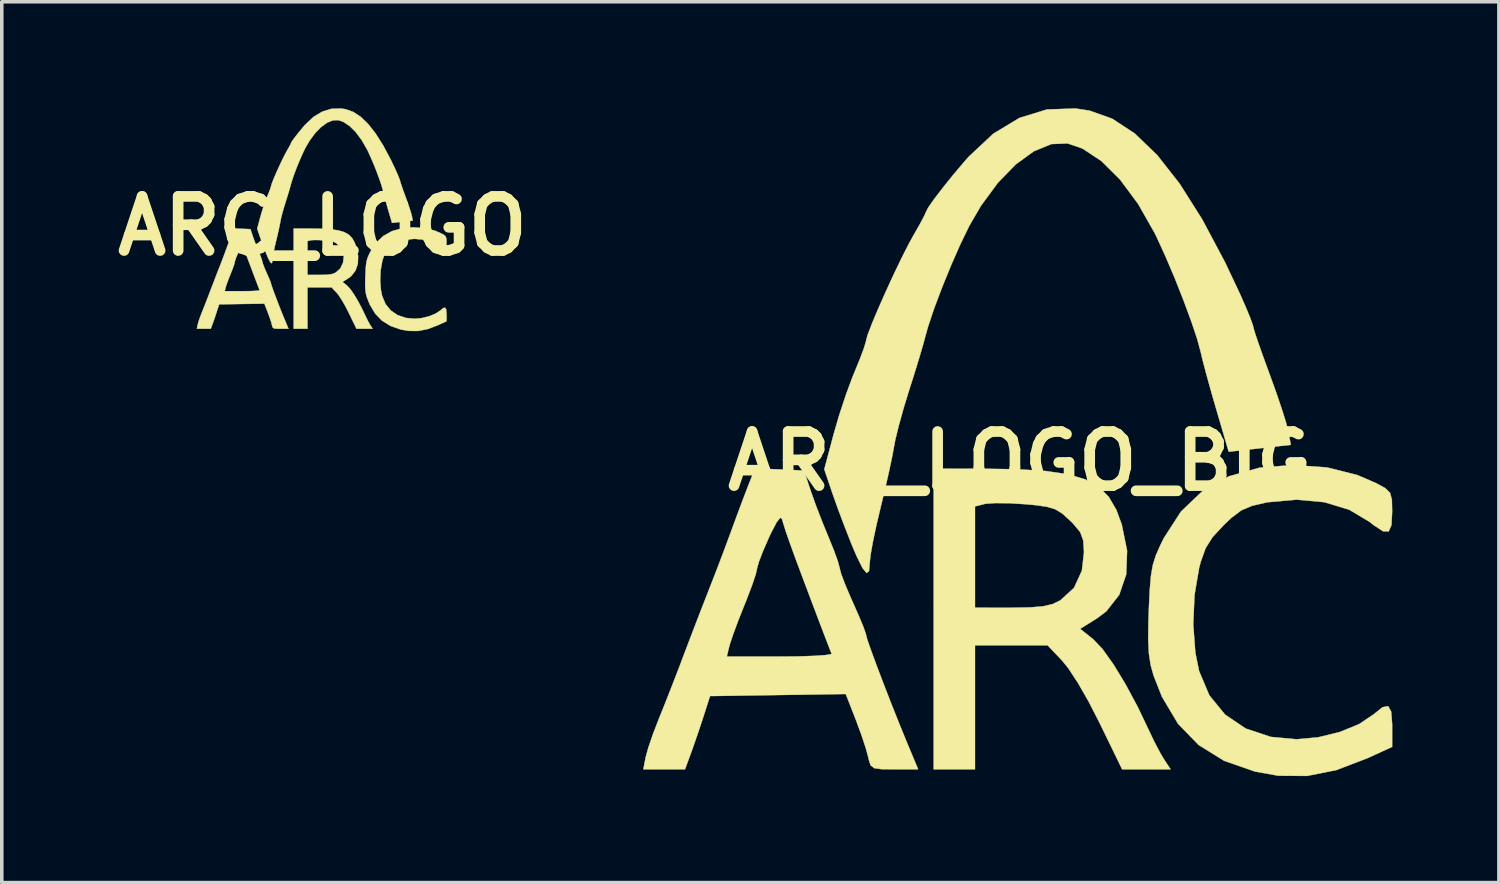
<source format=kicad_pcb>
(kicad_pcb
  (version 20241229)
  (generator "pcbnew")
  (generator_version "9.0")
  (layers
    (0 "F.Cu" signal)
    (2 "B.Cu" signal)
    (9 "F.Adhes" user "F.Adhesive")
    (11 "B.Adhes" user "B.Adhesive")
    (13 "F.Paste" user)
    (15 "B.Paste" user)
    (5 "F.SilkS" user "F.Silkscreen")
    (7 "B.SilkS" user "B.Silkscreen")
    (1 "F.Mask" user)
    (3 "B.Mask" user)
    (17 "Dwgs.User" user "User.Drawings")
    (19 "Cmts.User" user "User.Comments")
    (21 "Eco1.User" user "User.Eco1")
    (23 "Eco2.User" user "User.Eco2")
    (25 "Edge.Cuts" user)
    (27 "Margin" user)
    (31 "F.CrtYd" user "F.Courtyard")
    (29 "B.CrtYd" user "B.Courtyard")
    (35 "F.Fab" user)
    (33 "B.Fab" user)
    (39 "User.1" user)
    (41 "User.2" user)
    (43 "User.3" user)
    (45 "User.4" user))
  (footprint "ARC_LOGO"
    (layer "F.Cu")
    (at 6.031 3.315)
    (property "Reference" "ARC_LOGO" (at 0 0 0) (layer "F.SilkS") (effects (font (size 1.524 1.524) (thickness 0.3))))
    (attr through_hole)
    (fp_poly (pts (xy -0.344 0.071) (xy -0.019 0.076) (xy 0.245 0.093) (xy 0.453 0.124) (xy 0.616 0.173) (xy 0.74 0.242) (xy 0.833 0.336) (xy 0.903 0.457) (xy 0.954 0.593) (xy 1.004 0.841) (xy 0.996 1.063) (xy 0.93 1.255) (xy 0.809 1.41) (xy 0.722 1.475) (xy 0.563 1.574) (xy 0.687 1.672) (xy 0.773 1.763) (xy 0.877 1.908) (xy 0.99 2.094) (xy 1.105 2.309) (xy 1.199 2.507) (xy 1.259 2.631) (xy 1.318 2.743) (xy 1.35 2.798) (xy 1.413 2.893) (xy 0.958 2.893) (xy 0.745 2.455) (xy 0.644 2.257) (xy 0.543 2.082) (xy 0.453 1.944) (xy 0.395 1.873) (xy 0.258 1.729) (xy -0.423 1.729) (xy -0.423 2.893) (xy -0.811 2.893) (xy -0.811 0.425) (xy -0.423 0.425) (xy -0.423 1.376) (xy -0.079 1.376) (xy 0.095 1.373) (xy 0.217 1.362) (xy 0.304 1.342) (xy 0.374 1.309) (xy 0.378 1.307) (xy 0.506 1.189) (xy 0.58 1.028) (xy 0.6 0.856) (xy 0.593 0.745) (xy 0.564 0.666) (xy 0.498 0.586) (xy 0.467 0.557) (xy 0.396 0.492) (xy 0.331 0.452) (xy 0.25 0.428) (xy 0.132 0.412) (xy 0.046 0.404) (xy -0.101 0.395) (xy -0.232 0.394) (xy -0.321 0.4) (xy -0.333 0.402) (xy -0.423 0.425) (xy -0.811 0.425) (xy -0.811 0.071) (xy -0.344 0.071)) (stroke (width 0.01) (type solid)) (fill yes) (layer "F.SilkS"))
    (fp_poly (pts (xy 2.881 0.059) (xy 3.165 0.13) (xy 3.343 0.207) (xy 3.428 0.254) (xy 3.473 0.298) (xy 3.49 0.363) (xy 3.493 0.474) (xy 3.493 0.477) (xy 3.486 0.601) (xy 3.46 0.66) (xy 3.407 0.658) (xy 3.317 0.599) (xy 3.28 0.57) (xy 3.089 0.456) (xy 2.856 0.385) (xy 2.595 0.361) (xy 2.322 0.386) (xy 2.313 0.388) (xy 2.177 0.419) (xy 2.077 0.461) (xy 1.984 0.531) (xy 1.911 0.601) (xy 1.807 0.713) (xy 1.742 0.816) (xy 1.696 0.945) (xy 1.681 1.001) (xy 1.637 1.256) (xy 1.625 1.53) (xy 1.645 1.795) (xy 1.68 1.97) (xy 1.776 2.198) (xy 1.924 2.379) (xy 2.118 2.51) (xy 2.354 2.588) (xy 2.593 2.611) (xy 2.796 2.592) (xy 3.001 2.542) (xy 3.182 2.468) (xy 3.317 2.378) (xy 3.318 2.377) (xy 3.402 2.31) (xy 3.455 2.3) (xy 3.483 2.351) (xy 3.492 2.468) (xy 3.493 2.487) (xy 3.493 2.682) (xy 3.262 2.787) (xy 2.968 2.9) (xy 2.694 2.955) (xy 2.425 2.953) (xy 2.205 2.914) (xy 1.915 2.813) (xy 1.675 2.664) (xy 1.482 2.464) (xy 1.331 2.21) (xy 1.253 2.013) (xy 1.225 1.913) (xy 1.209 1.806) (xy 1.202 1.673) (xy 1.205 1.496) (xy 1.208 1.398) (xy 1.217 1.213) (xy 1.228 1.078) (xy 1.246 0.975) (xy 1.274 0.885) (xy 1.317 0.787) (xy 1.349 0.723) (xy 1.509 0.474) (xy 1.713 0.28) (xy 1.959 0.143) (xy 2.247 0.061) (xy 2.558 0.036) (xy 2.881 0.059)) (stroke (width 0.01) (type solid)) (fill yes) (layer "F.SilkS"))
    (fp_poly (pts (xy -2.028 0.088) (xy -1.965 0.279) (xy -1.918 0.413) (xy -1.855 0.574) (xy -1.798 0.715) (xy -1.747 0.839) (xy -1.71 0.942) (xy -1.694 1.003) (xy -1.693 1.007) (xy -1.679 1.059) (xy -1.642 1.157) (xy -1.589 1.282) (xy -1.57 1.325) (xy -1.513 1.453) (xy -1.47 1.557) (xy -1.448 1.621) (xy -1.446 1.63) (xy -1.434 1.675) (xy -1.4 1.774) (xy -1.349 1.912) (xy -1.286 2.077) (xy -1.217 2.257) (xy -1.145 2.438) (xy -1.076 2.608) (xy -1.056 2.655) (xy -0.957 2.893) (xy -1.179 2.893) (xy -1.301 2.891) (xy -1.369 2.882) (xy -1.403 2.856) (xy -1.42 2.805) (xy -1.424 2.783) (xy -1.448 2.694) (xy -1.49 2.568) (xy -1.541 2.431) (xy -1.541 2.429) (xy -1.637 2.186) (xy -2.273 2.195) (xy -2.91 2.205) (xy -2.973 2.399) (xy -3.019 2.54) (xy -3.068 2.682) (xy -3.09 2.743) (xy -3.146 2.893) (xy -3.537 2.893) (xy -3.514 2.778) (xy -3.489 2.688) (xy -3.446 2.56) (xy -3.392 2.422) (xy -3.39 2.417) (xy -3.33 2.268) (xy -3.259 2.085) (xy -3.187 1.899) (xy -3.163 1.834) (xy -2.753 1.834) (xy -2.256 1.834) (xy -2.079 1.833) (xy -1.931 1.828) (xy -1.825 1.82) (xy -1.773 1.811) (xy -1.77 1.807) (xy -1.789 1.759) (xy -1.828 1.656) (xy -1.885 1.509) (xy -1.953 1.328) (xy -2.029 1.125) (xy -2.101 0.935) (xy -2.154 0.789) (xy -2.198 0.662) (xy -2.227 0.572) (xy -2.233 0.547) (xy -2.25 0.53) (xy -2.284 0.571) (xy -2.338 0.675) (xy -2.358 0.718) (xy -2.412 0.841) (xy -2.452 0.944) (xy -2.469 1.007) (xy -2.469 1.011) (xy -2.482 1.065) (xy -2.516 1.166) (xy -2.566 1.296) (xy -2.588 1.351) (xy -2.645 1.495) (xy -2.693 1.624) (xy -2.724 1.718) (xy -2.73 1.737) (xy -2.753 1.834) (xy -3.163 1.834) (xy -3.092 1.649) (xy -3.015 1.449) (xy -2.945 1.267) (xy -2.925 1.217) (xy -2.856 1.041) (xy -2.782 0.847) (xy -2.719 0.676) (xy -2.717 0.67) (xy -2.66 0.516) (xy -2.603 0.362) (xy -2.556 0.24) (xy -2.555 0.237) (xy -2.488 0.068) (xy -2.028 0.088)) (stroke (width 0.01) (type solid)) (fill yes) (layer "F.SilkS"))
    (fp_poly (pts (xy 0.652 -3.29) (xy 0.865 -3.214) (xy 1.076 -3.076) (xy 1.287 -2.873) (xy 1.497 -2.605) (xy 1.709 -2.27) (xy 1.924 -1.867) (xy 2.062 -1.575) (xy 2.119 -1.446) (xy 2.162 -1.34) (xy 2.185 -1.275) (xy 2.187 -1.265) (xy 2.199 -1.221) (xy 2.231 -1.125) (xy 2.278 -0.99) (xy 2.336 -0.831) (xy 2.341 -0.819) (xy 2.403 -0.647) (xy 2.457 -0.488) (xy 2.497 -0.359) (xy 2.518 -0.279) (xy 2.541 -0.153) (xy 2.249 -0.121) (xy 1.958 -0.088) (xy 1.839 -0.494) (xy 1.79 -0.666) (xy 1.746 -0.825) (xy 1.712 -0.952) (xy 1.696 -1.023) (xy 1.663 -1.144) (xy 1.607 -1.312) (xy 1.534 -1.508) (xy 1.452 -1.717) (xy 1.365 -1.921) (xy 1.283 -2.101) (xy 1.264 -2.14) (xy 1.108 -2.414) (xy 0.939 -2.642) (xy 0.763 -2.817) (xy 0.585 -2.935) (xy 0.446 -2.982) (xy 0.294 -2.976) (xy 0.129 -2.909) (xy -0.04 -2.786) (xy -0.208 -2.613) (xy -0.367 -2.398) (xy -0.476 -2.211) (xy -0.557 -2.044) (xy -0.645 -1.845) (xy -0.731 -1.634) (xy -0.807 -1.432) (xy -0.865 -1.26) (xy -0.887 -1.182) (xy -0.912 -1.089) (xy -0.953 -0.95) (xy -1.003 -0.787) (xy -1.04 -0.67) (xy -1.092 -0.5) (xy -1.138 -0.337) (xy -1.171 -0.204) (xy -1.183 -0.141) (xy -1.201 -0.043) (xy -1.232 0.103) (xy -1.271 0.276) (xy -1.308 0.43) (xy -1.349 0.602) (xy -1.382 0.759) (xy -1.404 0.882) (xy -1.411 0.95) (xy -1.418 1.032) (xy -1.441 1.05) (xy -1.48 1.003) (xy -1.536 0.889) (xy -1.58 0.785) (xy -1.645 0.621) (xy -1.71 0.447) (xy -1.762 0.301) (xy -1.764 0.294) (xy -1.838 0.076) (xy -1.75 -0.253) (xy -1.697 -0.436) (xy -1.633 -0.629) (xy -1.57 -0.798) (xy -1.554 -0.836) (xy -1.503 -0.961) (xy -1.465 -1.063) (xy -1.447 -1.124) (xy -1.446 -1.129) (xy -1.432 -1.184) (xy -1.392 -1.287) (xy -1.334 -1.425) (xy -1.264 -1.584) (xy -1.189 -1.748) (xy -1.114 -1.904) (xy -1.046 -2.038) (xy -1.002 -2.118) (xy -0.941 -2.224) (xy -0.898 -2.305) (xy -0.882 -2.343) (xy -0.861 -2.383) (xy -0.804 -2.464) (xy -0.722 -2.57) (xy -0.626 -2.69) (xy -0.527 -2.807) (xy -0.483 -2.858) (xy -0.251 -3.074) (xy -0.006 -3.222) (xy 0.251 -3.301) (xy 0.52 -3.31) (xy 0.652 -3.29)) (stroke (width 0.01) (type solid)) (fill yes) (layer "F.SilkS")))
  (footprint "ARC_LOGO_BIG"
    (layer "F.Cu")
    (at 25.676 9.936)
    (property "Reference" "ARC_LOGO_BIG" (at 0 0 0) (layer "F.SilkS") (effects (font (size 1.524 1.524) (thickness 0.3))))
    (attr through_hole)
    (fp_poly (pts (xy -1.032 0.214) (xy -0.056 0.229) (xy 0.734 0.279) (xy 1.36 0.372) (xy 1.848 0.518) (xy 2.219 0.727) (xy 2.499 1.009) (xy 2.71 1.371) (xy 2.862 1.78) (xy 3.013 2.522) (xy 2.988 3.19) (xy 2.791 3.766) (xy 2.427 4.23) (xy 2.166 4.426) (xy 1.69 4.722) (xy 2.06 5.017) (xy 2.32 5.29) (xy 2.631 5.725) (xy 2.97 6.283) (xy 3.316 6.928) (xy 3.598 7.52) (xy 3.776 7.893) (xy 3.953 8.23) (xy 4.051 8.393) (xy 4.238 8.678) (xy 2.874 8.678) (xy 2.235 7.365) (xy 1.931 6.772) (xy 1.629 6.246) (xy 1.358 5.833) (xy 1.185 5.618) (xy 0.774 5.186) (xy -1.27 5.186) (xy -1.27 8.678) (xy -2.434 8.678) (xy -2.434 1.274) (xy -1.27 1.274) (xy -1.27 4.128) (xy -0.238 4.127) (xy 0.285 4.118) (xy 0.65 4.087) (xy 0.912 4.026) (xy 1.122 3.926) (xy 1.133 3.92) (xy 1.518 3.568) (xy 1.74 3.084) (xy 1.799 2.567) (xy 1.779 2.235) (xy 1.692 1.998) (xy 1.493 1.759) (xy 1.402 1.67) (xy 1.188 1.476) (xy 0.992 1.355) (xy 0.75 1.283) (xy 0.396 1.235) (xy 0.139 1.212) (xy -0.304 1.185) (xy -0.696 1.181) (xy -0.964 1.199) (xy -0.999 1.206) (xy -1.27 1.274) (xy -2.434 1.274) (xy -2.434 0.212) (xy -1.032 0.214)) (stroke (width 0.01) (type solid)) (fill yes) (layer "F.SilkS"))
    (fp_poly (pts (xy 8.643 0.177) (xy 9.496 0.391) (xy 10.028 0.621) (xy 10.285 0.762) (xy 10.419 0.894) (xy 10.47 1.09) (xy 10.477 1.423) (xy 10.477 1.431) (xy 10.457 1.802) (xy 10.38 1.979) (xy 10.22 1.974) (xy 9.95 1.797) (xy 9.84 1.709) (xy 9.268 1.368) (xy 8.568 1.156) (xy 7.785 1.084) (xy 6.965 1.158) (xy 6.94 1.163) (xy 6.531 1.257) (xy 6.232 1.384) (xy 5.952 1.594) (xy 5.733 1.802) (xy 5.421 2.138) (xy 5.225 2.449) (xy 5.087 2.834) (xy 5.042 3.003) (xy 4.912 3.767) (xy 4.876 4.591) (xy 4.934 5.386) (xy 5.04 5.911) (xy 5.329 6.594) (xy 5.772 7.137) (xy 6.354 7.53) (xy 7.062 7.765) (xy 7.779 7.832) (xy 8.389 7.777) (xy 9.002 7.627) (xy 9.546 7.405) (xy 9.951 7.133) (xy 9.954 7.131) (xy 10.207 6.929) (xy 10.366 6.899) (xy 10.45 7.054) (xy 10.477 7.404) (xy 10.477 7.462) (xy 10.477 8.046) (xy 9.787 8.362) (xy 8.903 8.7) (xy 8.082 8.864) (xy 7.275 8.859) (xy 6.615 8.741) (xy 5.745 8.438) (xy 5.026 7.992) (xy 4.445 7.393) (xy 3.992 6.63) (xy 3.76 6.04) (xy 3.676 5.74) (xy 3.627 5.418) (xy 3.607 5.019) (xy 3.614 4.488) (xy 3.624 4.195) (xy 3.65 3.638) (xy 3.684 3.235) (xy 3.737 2.926) (xy 3.822 2.654) (xy 3.952 2.361) (xy 4.046 2.17) (xy 4.528 1.421) (xy 5.138 0.84) (xy 5.876 0.428) (xy 6.742 0.184) (xy 7.673 0.109) (xy 8.643 0.177)) (stroke (width 0.01) (type solid)) (fill yes) (layer "F.SilkS"))
    (fp_poly (pts (xy -6.085 0.265) (xy -5.896 0.836) (xy -5.753 1.238) (xy -5.566 1.722) (xy -5.393 2.144) (xy -5.241 2.518) (xy -5.13 2.827) (xy -5.081 3.01) (xy -5.08 3.021) (xy -5.038 3.178) (xy -4.927 3.472) (xy -4.768 3.847) (xy -4.71 3.976) (xy -4.54 4.36) (xy -4.411 4.672) (xy -4.344 4.862) (xy -4.339 4.889) (xy -4.302 5.026) (xy -4.2 5.321) (xy -4.047 5.736) (xy -3.859 6.232) (xy -3.65 6.771) (xy -3.434 7.315) (xy -3.227 7.824) (xy -3.169 7.964) (xy -2.87 8.678) (xy -3.538 8.678) (xy -3.902 8.674) (xy -4.108 8.645) (xy -4.209 8.567) (xy -4.259 8.416) (xy -4.273 8.348) (xy -4.345 8.083) (xy -4.47 7.704) (xy -4.622 7.292) (xy -4.624 7.288) (xy -4.91 6.557) (xy -6.82 6.586) (xy -8.731 6.615) (xy -8.918 7.197) (xy -9.058 7.62) (xy -9.205 8.045) (xy -9.271 8.229) (xy -9.437 8.678) (xy -10.61 8.678) (xy -10.543 8.334) (xy -10.468 8.064) (xy -10.337 7.681) (xy -10.177 7.266) (xy -10.17 7.25) (xy -9.991 6.805) (xy -9.776 6.256) (xy -9.561 5.698) (xy -9.488 5.503) (xy -8.259 5.503) (xy -6.767 5.503) (xy -6.236 5.498) (xy -5.793 5.483) (xy -5.475 5.461) (xy -5.319 5.434) (xy -5.309 5.422) (xy -5.366 5.278) (xy -5.485 4.968) (xy -5.654 4.526) (xy -5.859 3.984) (xy -6.088 3.376) (xy -6.302 2.805) (xy -6.462 2.367) (xy -6.595 1.986) (xy -6.68 1.717) (xy -6.7 1.64) (xy -6.749 1.589) (xy -6.852 1.714) (xy -7.014 2.025) (xy -7.074 2.153) (xy -7.236 2.524) (xy -7.355 2.833) (xy -7.408 3.02) (xy -7.408 3.032) (xy -7.447 3.196) (xy -7.549 3.499) (xy -7.697 3.888) (xy -7.764 4.054) (xy -7.935 4.484) (xy -8.079 4.873) (xy -8.173 5.154) (xy -8.189 5.212) (xy -8.259 5.503) (xy -9.488 5.503) (xy -9.277 4.948) (xy -9.046 4.346) (xy -8.834 3.802) (xy -8.775 3.651) (xy -8.569 3.123) (xy -8.347 2.541) (xy -8.157 2.027) (xy -8.151 2.011) (xy -7.981 1.548) (xy -7.808 1.085) (xy -7.668 0.721) (xy -7.664 0.71) (xy -7.465 0.203) (xy -6.085 0.265)) (stroke (width 0.01) (type solid)) (fill yes) (layer "F.SilkS"))
    (fp_poly (pts (xy 1.955 -9.871) (xy 2.595 -9.643) (xy 3.229 -9.227) (xy 3.86 -8.619) (xy 4.492 -7.815) (xy 5.128 -6.81) (xy 5.771 -5.601) (xy 6.185 -4.725) (xy 6.356 -4.337) (xy 6.486 -4.021) (xy 6.556 -3.826) (xy 6.562 -3.795) (xy 6.597 -3.663) (xy 6.693 -3.374) (xy 6.835 -2.971) (xy 7.009 -2.494) (xy 7.023 -2.456) (xy 7.209 -1.942) (xy 7.371 -1.464) (xy 7.492 -1.077) (xy 7.554 -0.838) (xy 7.623 -0.459) (xy 5.874 -0.265) (xy 5.518 -1.482) (xy 5.369 -1.998) (xy 5.237 -2.475) (xy 5.137 -2.857) (xy 5.087 -3.069) (xy 4.989 -3.432) (xy 4.821 -3.935) (xy 4.603 -4.525) (xy 4.355 -5.152) (xy 4.096 -5.762) (xy 3.848 -6.304) (xy 3.791 -6.421) (xy 3.325 -7.241) (xy 2.818 -7.925) (xy 2.288 -8.452) (xy 1.755 -8.804) (xy 1.337 -8.947) (xy 0.881 -8.929) (xy 0.388 -8.727) (xy -0.121 -8.357) (xy -0.625 -7.84) (xy -1.101 -7.193) (xy -1.427 -6.633) (xy -1.671 -6.132) (xy -1.935 -5.534) (xy -2.194 -4.901) (xy -2.422 -4.296) (xy -2.594 -3.781) (xy -2.66 -3.545) (xy -2.735 -3.267) (xy -2.858 -2.85) (xy -3.009 -2.361) (xy -3.121 -2.011) (xy -3.277 -1.501) (xy -3.413 -1.012) (xy -3.512 -0.612) (xy -3.548 -0.423) (xy -3.602 -0.128) (xy -3.695 0.31) (xy -3.813 0.828) (xy -3.925 1.29) (xy -4.047 1.806) (xy -4.146 2.276) (xy -4.212 2.646) (xy -4.233 2.851) (xy -4.255 3.097) (xy -4.323 3.15) (xy -4.439 3.008) (xy -4.608 2.666) (xy -4.74 2.355) (xy -4.934 1.862) (xy -5.13 1.342) (xy -5.286 0.902) (xy -5.293 0.882) (xy -5.514 0.229) (xy -5.251 -0.758) (xy -5.091 -1.307) (xy -4.899 -1.887) (xy -4.71 -2.395) (xy -4.663 -2.508) (xy -4.509 -2.884) (xy -4.395 -3.19) (xy -4.341 -3.371) (xy -4.339 -3.387) (xy -4.295 -3.551) (xy -4.177 -3.862) (xy -4.003 -4.276) (xy -3.793 -4.751) (xy -3.566 -5.245) (xy -3.341 -5.713) (xy -3.138 -6.113) (xy -3.006 -6.353) (xy -2.824 -6.672) (xy -2.695 -6.915) (xy -2.646 -7.028) (xy -2.582 -7.15) (xy -2.412 -7.392) (xy -2.167 -7.711) (xy -1.879 -8.069) (xy -1.58 -8.422) (xy -1.448 -8.573) (xy -0.753 -9.223) (xy -0.018 -9.666) (xy 0.753 -9.903) (xy 1.559 -9.931) (xy 1.955 -9.871)) (stroke (width 0.01) (type solid)) (fill yes) (layer "F.SilkS")))
  (gr_rect
    (start -3 -3)
    (end 39.159 21.804)
    (stroke (width 0.1) (type default))
    (fill no)
    (layer "Edge.Cuts")))
</source>
